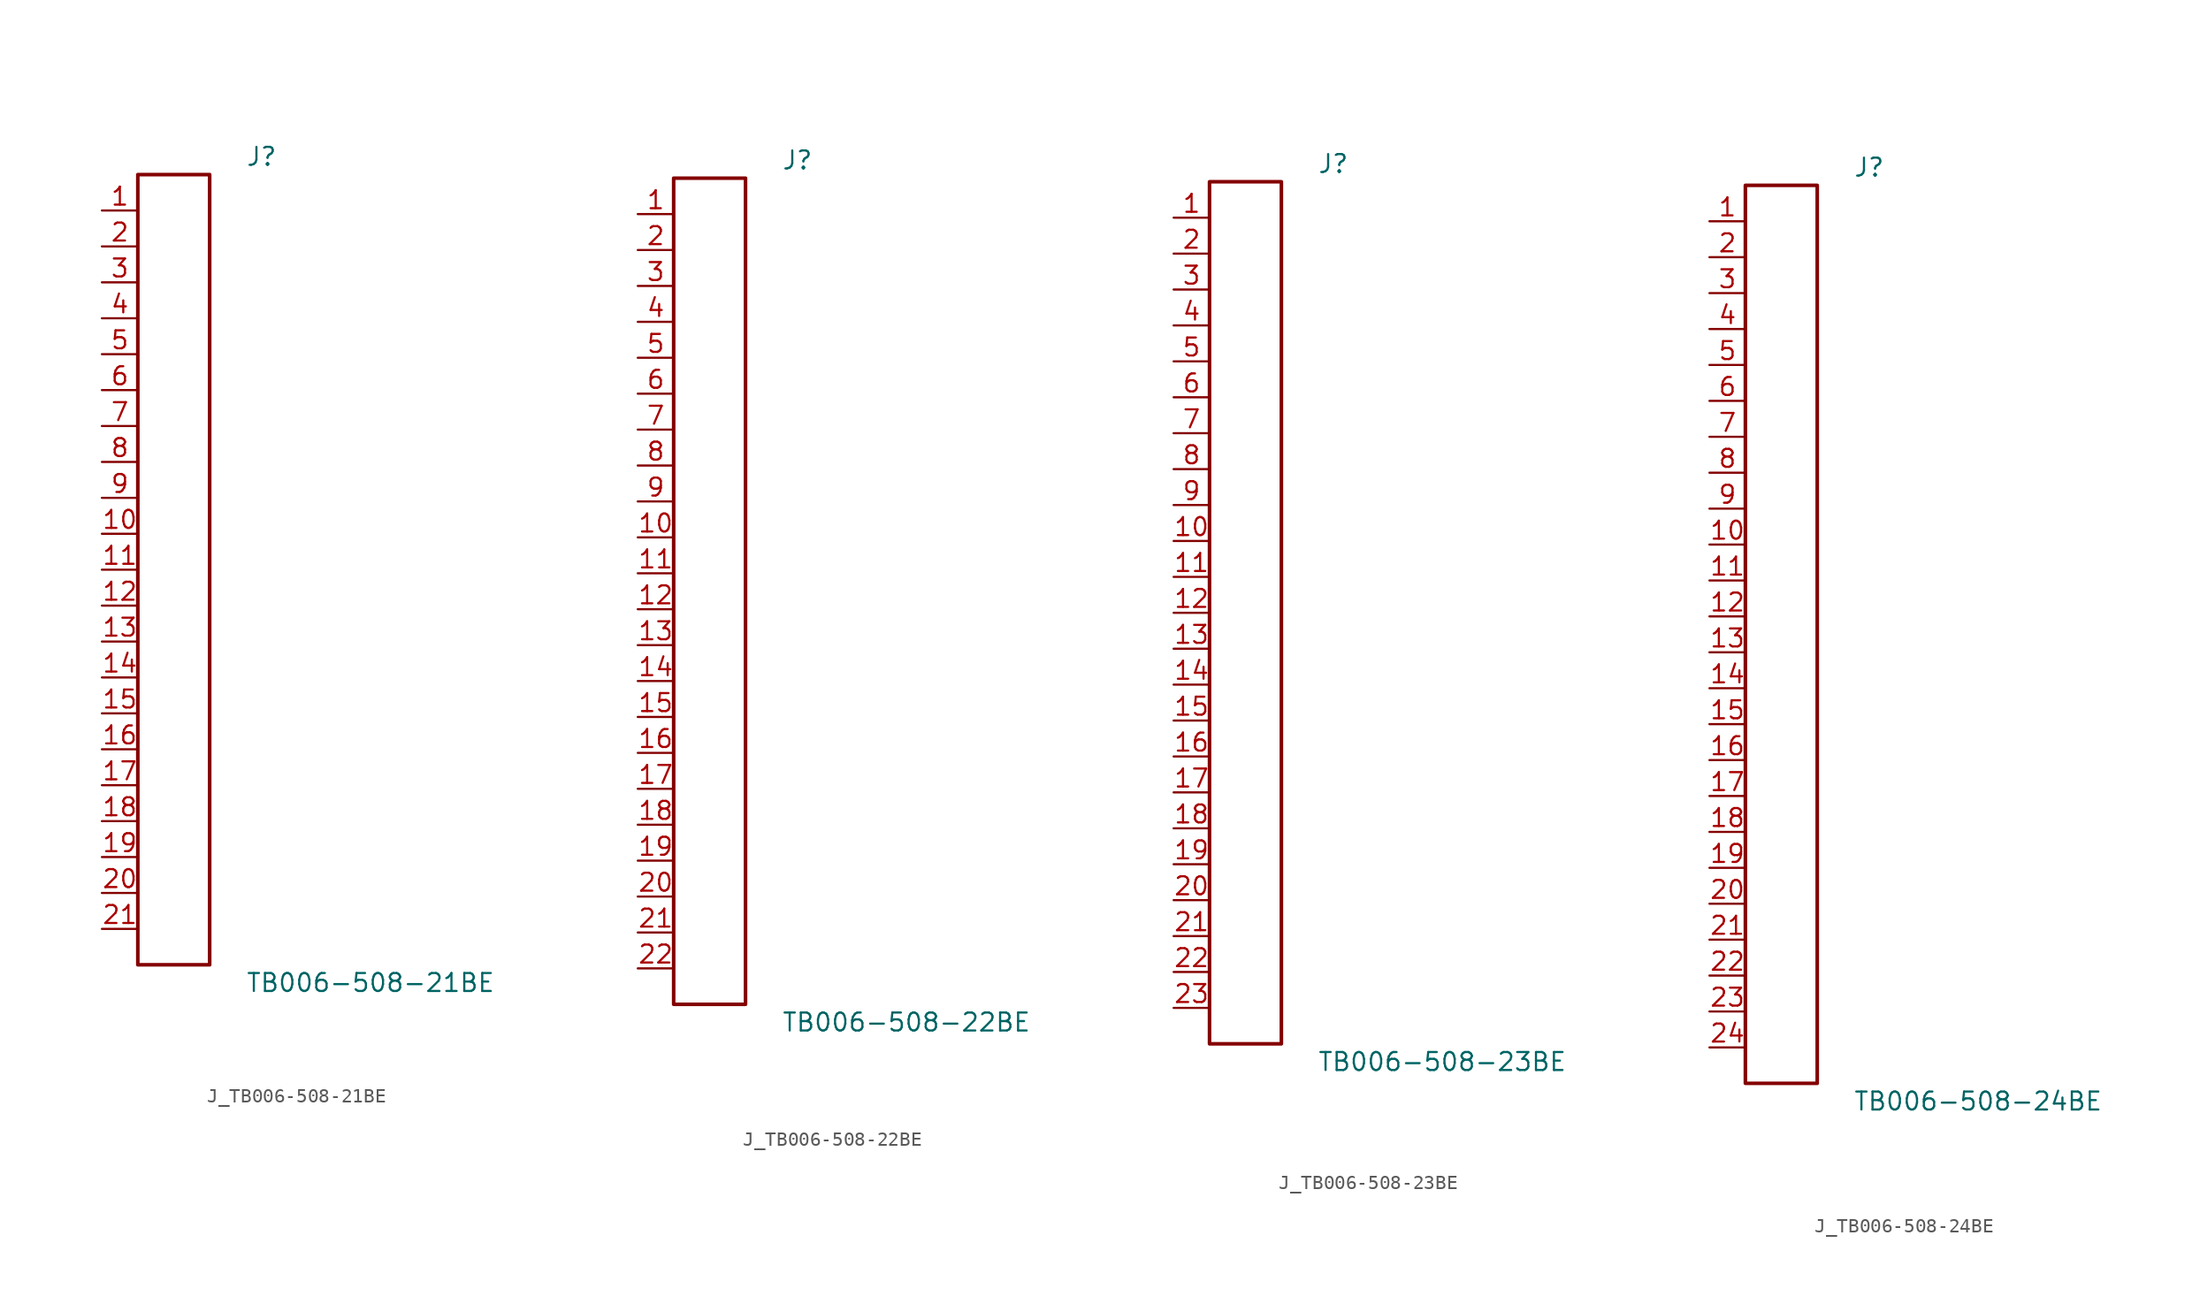
<source format=kicad_sym>
(kicad_symbol_lib
  (version 20231120)
  (generator kicad_symbol_editor)
  (generator_version 8.0)
  (symbol "J_TB006-508-21BE"
    (pin_names
      (offset 0.254))
    (property "Reference" "J"
      (at 5.08 29.21 0)
      (effects (font (size 1.27 1.27)) (justify left)))
    (property "Value" "TB006-508-21BE"
      (at 5.08 -29.21 0)
      (effects (font (size 1.27 1.27)) (justify left)))
    (symbol "J_TB006-508-21BE_0_0"
      (pin unspecified line (at -5.08 25.4 0) (length 2.54) (name "" (effects (font (size 1.27 1.27)))) (number "1" (effects (font (size 1.27 1.27)))))
      (pin unspecified line (at -5.08 22.86 0) (length 2.54) (name "" (effects (font (size 1.27 1.27)))) (number "2" (effects (font (size 1.27 1.27)))))
      (pin unspecified line (at -5.08 20.32 0) (length 2.54) (name "" (effects (font (size 1.27 1.27)))) (number "3" (effects (font (size 1.27 1.27)))))
      (pin unspecified line (at -5.08 17.78 0) (length 2.54) (name "" (effects (font (size 1.27 1.27)))) (number "4" (effects (font (size 1.27 1.27)))))
      (pin unspecified line (at -5.08 15.24 0) (length 2.54) (name "" (effects (font (size 1.27 1.27)))) (number "5" (effects (font (size 1.27 1.27)))))
      (pin unspecified line (at -5.08 12.7 0) (length 2.54) (name "" (effects (font (size 1.27 1.27)))) (number "6" (effects (font (size 1.27 1.27)))))
      (pin unspecified line (at -5.08 10.16 0) (length 2.54) (name "" (effects (font (size 1.27 1.27)))) (number "7" (effects (font (size 1.27 1.27)))))
      (pin unspecified line (at -5.08 7.62 0) (length 2.54) (name "" (effects (font (size 1.27 1.27)))) (number "8" (effects (font (size 1.27 1.27)))))
      (pin unspecified line (at -5.08 5.08 0) (length 2.54) (name "" (effects (font (size 1.27 1.27)))) (number "9" (effects (font (size 1.27 1.27)))))
      (pin unspecified line (at -5.08 2.54 0) (length 2.54) (name "" (effects (font (size 1.27 1.27)))) (number "10" (effects (font (size 1.27 1.27)))))
      (pin unspecified line (at -5.08 0.0 0) (length 2.54) (name "" (effects (font (size 1.27 1.27)))) (number "11" (effects (font (size 1.27 1.27)))))
      (pin unspecified line (at -5.08 -2.54 0) (length 2.54) (name "" (effects (font (size 1.27 1.27)))) (number "12" (effects (font (size 1.27 1.27)))))
      (pin unspecified line (at -5.08 -5.08 0) (length 2.54) (name "" (effects (font (size 1.27 1.27)))) (number "13" (effects (font (size 1.27 1.27)))))
      (pin unspecified line (at -5.08 -7.62 0) (length 2.54) (name "" (effects (font (size 1.27 1.27)))) (number "14" (effects (font (size 1.27 1.27)))))
      (pin unspecified line (at -5.08 -10.16 0) (length 2.54) (name "" (effects (font (size 1.27 1.27)))) (number "15" (effects (font (size 1.27 1.27)))))
      (pin unspecified line (at -5.08 -12.7 0) (length 2.54) (name "" (effects (font (size 1.27 1.27)))) (number "16" (effects (font (size 1.27 1.27)))))
      (pin unspecified line (at -5.08 -15.24 0) (length 2.54) (name "" (effects (font (size 1.27 1.27)))) (number "17" (effects (font (size 1.27 1.27)))))
      (pin unspecified line (at -5.08 -17.78 0) (length 2.54) (name "" (effects (font (size 1.27 1.27)))) (number "18" (effects (font (size 1.27 1.27)))))
      (pin unspecified line (at -5.08 -20.32 0) (length 2.54) (name "" (effects (font (size 1.27 1.27)))) (number "19" (effects (font (size 1.27 1.27)))))
      (pin unspecified line (at -5.08 -22.86 0) (length 2.54) (name "" (effects (font (size 1.27 1.27)))) (number "20" (effects (font (size 1.27 1.27)))))
      (pin unspecified line (at -5.08 -25.4 0) (length 2.54) (name "" (effects (font (size 1.27 1.27)))) (number "21" (effects (font (size 1.27 1.27))))))
    (symbol "J_TB006-508-21BE_1_0"
      (rectangle (start -2.54 27.94) (end 2.54 -27.94) (stroke (width 0.254) (type solid)) (fill (type none)))))
  (symbol "J_TB006-508-22BE"
    (pin_names
      (offset 0.254))
    (property "Reference" "J"
      (at 5.08 30.48 0)
      (effects (font (size 1.27 1.27)) (justify left)))
    (property "Value" "TB006-508-22BE"
      (at 5.08 -30.48 0)
      (effects (font (size 1.27 1.27)) (justify left)))
    (symbol "J_TB006-508-22BE_0_0"
      (pin unspecified line (at -5.08 26.67 0) (length 2.54) (name "" (effects (font (size 1.27 1.27)))) (number "1" (effects (font (size 1.27 1.27)))))
      (pin unspecified line (at -5.08 24.13 0) (length 2.54) (name "" (effects (font (size 1.27 1.27)))) (number "2" (effects (font (size 1.27 1.27)))))
      (pin unspecified line (at -5.08 21.59 0) (length 2.54) (name "" (effects (font (size 1.27 1.27)))) (number "3" (effects (font (size 1.27 1.27)))))
      (pin unspecified line (at -5.08 19.05 0) (length 2.54) (name "" (effects (font (size 1.27 1.27)))) (number "4" (effects (font (size 1.27 1.27)))))
      (pin unspecified line (at -5.08 16.51 0) (length 2.54) (name "" (effects (font (size 1.27 1.27)))) (number "5" (effects (font (size 1.27 1.27)))))
      (pin unspecified line (at -5.08 13.97 0) (length 2.54) (name "" (effects (font (size 1.27 1.27)))) (number "6" (effects (font (size 1.27 1.27)))))
      (pin unspecified line (at -5.08 11.43 0) (length 2.54) (name "" (effects (font (size 1.27 1.27)))) (number "7" (effects (font (size 1.27 1.27)))))
      (pin unspecified line (at -5.08 8.89 0) (length 2.54) (name "" (effects (font (size 1.27 1.27)))) (number "8" (effects (font (size 1.27 1.27)))))
      (pin unspecified line (at -5.08 6.35 0) (length 2.54) (name "" (effects (font (size 1.27 1.27)))) (number "9" (effects (font (size 1.27 1.27)))))
      (pin unspecified line (at -5.08 3.81 0) (length 2.54) (name "" (effects (font (size 1.27 1.27)))) (number "10" (effects (font (size 1.27 1.27)))))
      (pin unspecified line (at -5.08 1.27 0) (length 2.54) (name "" (effects (font (size 1.27 1.27)))) (number "11" (effects (font (size 1.27 1.27)))))
      (pin unspecified line (at -5.08 -1.27 0) (length 2.54) (name "" (effects (font (size 1.27 1.27)))) (number "12" (effects (font (size 1.27 1.27)))))
      (pin unspecified line (at -5.08 -3.81 0) (length 2.54) (name "" (effects (font (size 1.27 1.27)))) (number "13" (effects (font (size 1.27 1.27)))))
      (pin unspecified line (at -5.08 -6.35 0) (length 2.54) (name "" (effects (font (size 1.27 1.27)))) (number "14" (effects (font (size 1.27 1.27)))))
      (pin unspecified line (at -5.08 -8.89 0) (length 2.54) (name "" (effects (font (size 1.27 1.27)))) (number "15" (effects (font (size 1.27 1.27)))))
      (pin unspecified line (at -5.08 -11.43 0) (length 2.54) (name "" (effects (font (size 1.27 1.27)))) (number "16" (effects (font (size 1.27 1.27)))))
      (pin unspecified line (at -5.08 -13.97 0) (length 2.54) (name "" (effects (font (size 1.27 1.27)))) (number "17" (effects (font (size 1.27 1.27)))))
      (pin unspecified line (at -5.08 -16.51 0) (length 2.54) (name "" (effects (font (size 1.27 1.27)))) (number "18" (effects (font (size 1.27 1.27)))))
      (pin unspecified line (at -5.08 -19.05 0) (length 2.54) (name "" (effects (font (size 1.27 1.27)))) (number "19" (effects (font (size 1.27 1.27)))))
      (pin unspecified line (at -5.08 -21.59 0) (length 2.54) (name "" (effects (font (size 1.27 1.27)))) (number "20" (effects (font (size 1.27 1.27)))))
      (pin unspecified line (at -5.08 -24.13 0) (length 2.54) (name "" (effects (font (size 1.27 1.27)))) (number "21" (effects (font (size 1.27 1.27)))))
      (pin unspecified line (at -5.08 -26.67 0) (length 2.54) (name "" (effects (font (size 1.27 1.27)))) (number "22" (effects (font (size 1.27 1.27))))))
    (symbol "J_TB006-508-22BE_1_0"
      (rectangle (start -2.54 29.21) (end 2.54 -29.21) (stroke (width 0.254) (type solid)) (fill (type none)))))
  (symbol "J_TB006-508-23BE"
    (pin_names
      (offset 0.254))
    (property "Reference" "J"
      (at 5.08 31.75 0)
      (effects (font (size 1.27 1.27)) (justify left)))
    (property "Value" "TB006-508-23BE"
      (at 5.08 -31.75 0)
      (effects (font (size 1.27 1.27)) (justify left)))
    (symbol "J_TB006-508-23BE_0_0"
      (pin unspecified line (at -5.08 27.94 0) (length 2.54) (name "" (effects (font (size 1.27 1.27)))) (number "1" (effects (font (size 1.27 1.27)))))
      (pin unspecified line (at -5.08 25.4 0) (length 2.54) (name "" (effects (font (size 1.27 1.27)))) (number "2" (effects (font (size 1.27 1.27)))))
      (pin unspecified line (at -5.08 22.86 0) (length 2.54) (name "" (effects (font (size 1.27 1.27)))) (number "3" (effects (font (size 1.27 1.27)))))
      (pin unspecified line (at -5.08 20.32 0) (length 2.54) (name "" (effects (font (size 1.27 1.27)))) (number "4" (effects (font (size 1.27 1.27)))))
      (pin unspecified line (at -5.08 17.78 0) (length 2.54) (name "" (effects (font (size 1.27 1.27)))) (number "5" (effects (font (size 1.27 1.27)))))
      (pin unspecified line (at -5.08 15.24 0) (length 2.54) (name "" (effects (font (size 1.27 1.27)))) (number "6" (effects (font (size 1.27 1.27)))))
      (pin unspecified line (at -5.08 12.7 0) (length 2.54) (name "" (effects (font (size 1.27 1.27)))) (number "7" (effects (font (size 1.27 1.27)))))
      (pin unspecified line (at -5.08 10.16 0) (length 2.54) (name "" (effects (font (size 1.27 1.27)))) (number "8" (effects (font (size 1.27 1.27)))))
      (pin unspecified line (at -5.08 7.62 0) (length 2.54) (name "" (effects (font (size 1.27 1.27)))) (number "9" (effects (font (size 1.27 1.27)))))
      (pin unspecified line (at -5.08 5.08 0) (length 2.54) (name "" (effects (font (size 1.27 1.27)))) (number "10" (effects (font (size 1.27 1.27)))))
      (pin unspecified line (at -5.08 2.54 0) (length 2.54) (name "" (effects (font (size 1.27 1.27)))) (number "11" (effects (font (size 1.27 1.27)))))
      (pin unspecified line (at -5.08 0.0 0) (length 2.54) (name "" (effects (font (size 1.27 1.27)))) (number "12" (effects (font (size 1.27 1.27)))))
      (pin unspecified line (at -5.08 -2.54 0) (length 2.54) (name "" (effects (font (size 1.27 1.27)))) (number "13" (effects (font (size 1.27 1.27)))))
      (pin unspecified line (at -5.08 -5.08 0) (length 2.54) (name "" (effects (font (size 1.27 1.27)))) (number "14" (effects (font (size 1.27 1.27)))))
      (pin unspecified line (at -5.08 -7.62 0) (length 2.54) (name "" (effects (font (size 1.27 1.27)))) (number "15" (effects (font (size 1.27 1.27)))))
      (pin unspecified line (at -5.08 -10.16 0) (length 2.54) (name "" (effects (font (size 1.27 1.27)))) (number "16" (effects (font (size 1.27 1.27)))))
      (pin unspecified line (at -5.08 -12.7 0) (length 2.54) (name "" (effects (font (size 1.27 1.27)))) (number "17" (effects (font (size 1.27 1.27)))))
      (pin unspecified line (at -5.08 -15.24 0) (length 2.54) (name "" (effects (font (size 1.27 1.27)))) (number "18" (effects (font (size 1.27 1.27)))))
      (pin unspecified line (at -5.08 -17.78 0) (length 2.54) (name "" (effects (font (size 1.27 1.27)))) (number "19" (effects (font (size 1.27 1.27)))))
      (pin unspecified line (at -5.08 -20.32 0) (length 2.54) (name "" (effects (font (size 1.27 1.27)))) (number "20" (effects (font (size 1.27 1.27)))))
      (pin unspecified line (at -5.08 -22.86 0) (length 2.54) (name "" (effects (font (size 1.27 1.27)))) (number "21" (effects (font (size 1.27 1.27)))))
      (pin unspecified line (at -5.08 -25.4 0) (length 2.54) (name "" (effects (font (size 1.27 1.27)))) (number "22" (effects (font (size 1.27 1.27)))))
      (pin unspecified line (at -5.08 -27.94 0) (length 2.54) (name "" (effects (font (size 1.27 1.27)))) (number "23" (effects (font (size 1.27 1.27))))))
    (symbol "J_TB006-508-23BE_1_0"
      (rectangle (start -2.54 30.48) (end 2.54 -30.48) (stroke (width 0.254) (type solid)) (fill (type none)))))
  (symbol "J_TB006-508-24BE"
    (pin_names
      (offset 0.254))
    (property "Reference" "J"
      (at 5.08 33.02 0)
      (effects (font (size 1.27 1.27)) (justify left)))
    (property "Value" "TB006-508-24BE"
      (at 5.08 -33.02 0)
      (effects (font (size 1.27 1.27)) (justify left)))
    (symbol "J_TB006-508-24BE_0_0"
      (pin unspecified line (at -5.08 29.21 0) (length 2.54) (name "" (effects (font (size 1.27 1.27)))) (number "1" (effects (font (size 1.27 1.27)))))
      (pin unspecified line (at -5.08 26.67 0) (length 2.54) (name "" (effects (font (size 1.27 1.27)))) (number "2" (effects (font (size 1.27 1.27)))))
      (pin unspecified line (at -5.08 24.13 0) (length 2.54) (name "" (effects (font (size 1.27 1.27)))) (number "3" (effects (font (size 1.27 1.27)))))
      (pin unspecified line (at -5.08 21.59 0) (length 2.54) (name "" (effects (font (size 1.27 1.27)))) (number "4" (effects (font (size 1.27 1.27)))))
      (pin unspecified line (at -5.08 19.05 0) (length 2.54) (name "" (effects (font (size 1.27 1.27)))) (number "5" (effects (font (size 1.27 1.27)))))
      (pin unspecified line (at -5.08 16.51 0) (length 2.54) (name "" (effects (font (size 1.27 1.27)))) (number "6" (effects (font (size 1.27 1.27)))))
      (pin unspecified line (at -5.08 13.97 0) (length 2.54) (name "" (effects (font (size 1.27 1.27)))) (number "7" (effects (font (size 1.27 1.27)))))
      (pin unspecified line (at -5.08 11.43 0) (length 2.54) (name "" (effects (font (size 1.27 1.27)))) (number "8" (effects (font (size 1.27 1.27)))))
      (pin unspecified line (at -5.08 8.89 0) (length 2.54) (name "" (effects (font (size 1.27 1.27)))) (number "9" (effects (font (size 1.27 1.27)))))
      (pin unspecified line (at -5.08 6.35 0) (length 2.54) (name "" (effects (font (size 1.27 1.27)))) (number "10" (effects (font (size 1.27 1.27)))))
      (pin unspecified line (at -5.08 3.81 0) (length 2.54) (name "" (effects (font (size 1.27 1.27)))) (number "11" (effects (font (size 1.27 1.27)))))
      (pin unspecified line (at -5.08 1.27 0) (length 2.54) (name "" (effects (font (size 1.27 1.27)))) (number "12" (effects (font (size 1.27 1.27)))))
      (pin unspecified line (at -5.08 -1.27 0) (length 2.54) (name "" (effects (font (size 1.27 1.27)))) (number "13" (effects (font (size 1.27 1.27)))))
      (pin unspecified line (at -5.08 -3.81 0) (length 2.54) (name "" (effects (font (size 1.27 1.27)))) (number "14" (effects (font (size 1.27 1.27)))))
      (pin unspecified line (at -5.08 -6.35 0) (length 2.54) (name "" (effects (font (size 1.27 1.27)))) (number "15" (effects (font (size 1.27 1.27)))))
      (pin unspecified line (at -5.08 -8.89 0) (length 2.54) (name "" (effects (font (size 1.27 1.27)))) (number "16" (effects (font (size 1.27 1.27)))))
      (pin unspecified line (at -5.08 -11.43 0) (length 2.54) (name "" (effects (font (size 1.27 1.27)))) (number "17" (effects (font (size 1.27 1.27)))))
      (pin unspecified line (at -5.08 -13.97 0) (length 2.54) (name "" (effects (font (size 1.27 1.27)))) (number "18" (effects (font (size 1.27 1.27)))))
      (pin unspecified line (at -5.08 -16.51 0) (length 2.54) (name "" (effects (font (size 1.27 1.27)))) (number "19" (effects (font (size 1.27 1.27)))))
      (pin unspecified line (at -5.08 -19.05 0) (length 2.54) (name "" (effects (font (size 1.27 1.27)))) (number "20" (effects (font (size 1.27 1.27)))))
      (pin unspecified line (at -5.08 -21.59 0) (length 2.54) (name "" (effects (font (size 1.27 1.27)))) (number "21" (effects (font (size 1.27 1.27)))))
      (pin unspecified line (at -5.08 -24.13 0) (length 2.54) (name "" (effects (font (size 1.27 1.27)))) (number "22" (effects (font (size 1.27 1.27)))))
      (pin unspecified line (at -5.08 -26.67 0) (length 2.54) (name "" (effects (font (size 1.27 1.27)))) (number "23" (effects (font (size 1.27 1.27)))))
      (pin unspecified line (at -5.08 -29.21 0) (length 2.54) (name "" (effects (font (size 1.27 1.27)))) (number "24" (effects (font (size 1.27 1.27))))))
    (symbol "J_TB006-508-24BE_1_0"
      (rectangle (start -2.54 31.75) (end 2.54 -31.75) (stroke (width 0.254) (type solid)) (fill (type none))))))
</source>
